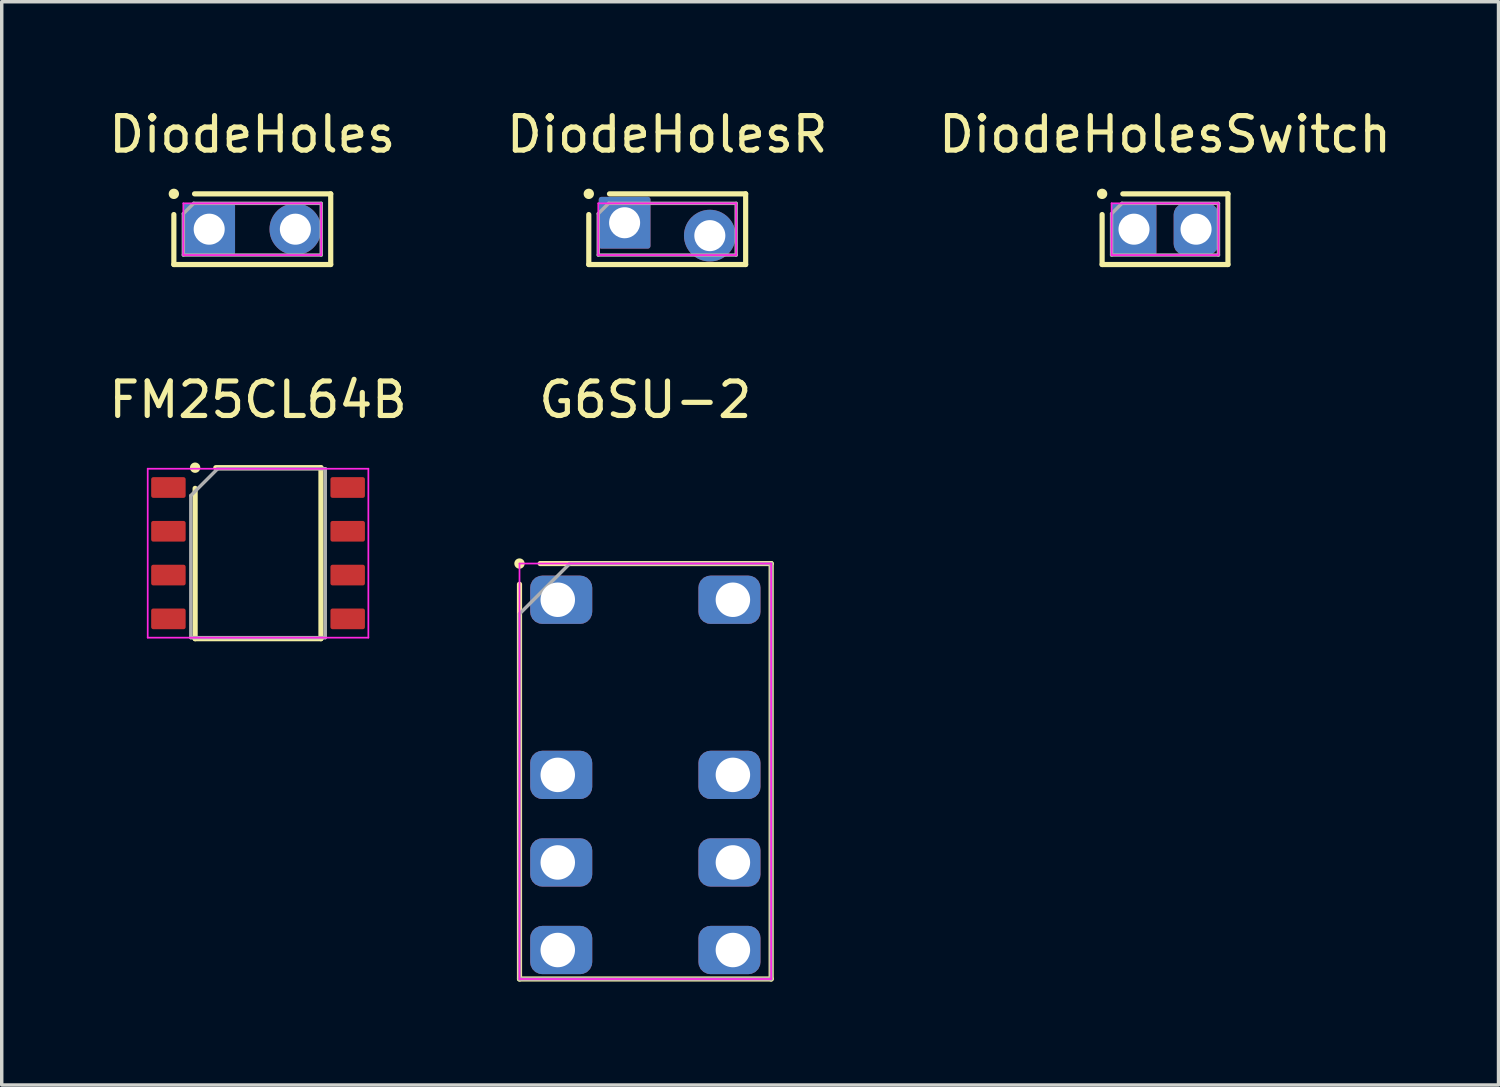
<source format=kicad_pcb>
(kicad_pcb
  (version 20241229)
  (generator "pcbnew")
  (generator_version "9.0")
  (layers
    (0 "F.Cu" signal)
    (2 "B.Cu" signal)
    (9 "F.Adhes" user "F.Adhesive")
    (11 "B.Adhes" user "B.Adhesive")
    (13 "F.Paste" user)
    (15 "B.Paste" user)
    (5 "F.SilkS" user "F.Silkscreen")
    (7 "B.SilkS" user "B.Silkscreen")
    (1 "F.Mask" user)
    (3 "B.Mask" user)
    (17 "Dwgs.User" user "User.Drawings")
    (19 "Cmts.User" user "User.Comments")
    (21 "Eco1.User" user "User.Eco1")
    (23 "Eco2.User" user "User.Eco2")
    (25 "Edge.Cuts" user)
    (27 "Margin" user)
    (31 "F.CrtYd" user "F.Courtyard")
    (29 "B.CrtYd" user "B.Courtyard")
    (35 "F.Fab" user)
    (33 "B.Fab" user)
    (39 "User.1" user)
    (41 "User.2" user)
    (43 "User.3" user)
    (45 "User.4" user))
  (footprint "DiodeHolesR"
    (layer "F.Cu")
    (at 16.304 3.598)
    (property "Reference" "DiodeHolesR" (at 0 -2.75 0) (layer "F.SilkS") (effects (font (size 1 1) (thickness 0.15))))
    (attr through_hole)
    (fp_line (start -2.275 -1.025) (end -2.275 -1.025) (stroke (width 0.3) (type solid)) (layer "F.SilkS"))
    (fp_line (start -2.275 1.025) (end -2.275 -0.425) (stroke (width 0.15) (type solid)) (layer "F.SilkS"))
    (fp_line (start -1.675 -1.025) (end 2.275 -1.025) (stroke (width 0.15) (type solid)) (layer "F.SilkS"))
    (fp_line (start 2.275 -1.025) (end 2.275 1.025) (stroke (width 0.15) (type solid)) (layer "F.SilkS"))
    (fp_line (start 2.275 1.025) (end -2.275 1.025) (stroke (width 0.15) (type solid)) (layer "F.SilkS"))
    (fp_line (start -2 -0.75) (end 2 -0.75) (stroke (width 0.05) (type solid)) (layer "F.CrtYd"))
    (fp_line (start -2 0.75) (end -2 -0.75) (stroke (width 0.05) (type solid)) (layer "F.CrtYd"))
    (fp_line (start 2 -0.75) (end 2 0.75) (stroke (width 0.05) (type solid)) (layer "F.CrtYd"))
    (fp_line (start 2 0.75) (end -2 0.75) (stroke (width 0.05) (type solid)) (layer "F.CrtYd"))
    (fp_line (start -2 -0.45) (end -1.7 -0.75) (stroke (width 0.1) (type solid)) (layer "F.Fab"))
    (fp_line (start -2 0.75) (end -2 -0.45) (stroke (width 0.1) (type solid)) (layer "F.Fab"))
    (fp_line (start -1.7 -0.75) (end 2 -0.75) (stroke (width 0.1) (type solid)) (layer "F.Fab"))
    (fp_line (start 2 -0.75) (end 2 0.75) (stroke (width 0.1) (type solid)) (layer "F.Fab"))
    (fp_line (start 2 0.75) (end -2 0.75) (stroke (width 0.1) (type solid)) (layer "F.Fab"))
    (pad "1" thru_hole roundrect (at -1.236 -0.187) (size 1.5 1.5) (drill 0.9) (layers "*.Cu" "*.Mask") (roundrect_rratio 0.05))
    (pad "2" thru_hole circle (at 1.236 0.187) (size 1.5 1.5) (drill 0.9) (layers "*.Cu" "*.Mask")))
  (footprint "DiodeHolesSwitch"
    (layer "F.Cu")
    (at 30.744 3.598)
    (property "Reference" "DiodeHolesSwitch" (at 0 -2.75 0) (layer "F.SilkS") (effects (font (size 1 1) (thickness 0.15))))
    (attr through_hole)
    (fp_line (start -1.825 -1.025) (end -1.825 -1.025) (stroke (width 0.3) (type solid)) (layer "F.SilkS"))
    (fp_line (start -1.825 1.025) (end -1.825 -0.425) (stroke (width 0.15) (type solid)) (layer "F.SilkS"))
    (fp_line (start -1.225 -1.025) (end 1.825 -1.025) (stroke (width 0.15) (type solid)) (layer "F.SilkS"))
    (fp_line (start 1.825 -1.025) (end 1.825 1.025) (stroke (width 0.15) (type solid)) (layer "F.SilkS"))
    (fp_line (start 1.825 1.025) (end -1.825 1.025) (stroke (width 0.15) (type solid)) (layer "F.SilkS"))
    (fp_line (start -1.55 -0.75) (end 1.55 -0.75) (stroke (width 0.05) (type solid)) (layer "F.CrtYd"))
    (fp_line (start -1.55 0.75) (end -1.55 -0.75) (stroke (width 0.05) (type solid)) (layer "F.CrtYd"))
    (fp_line (start 1.55 -0.75) (end 1.55 0.75) (stroke (width 0.05) (type solid)) (layer "F.CrtYd"))
    (fp_line (start 1.55 0.75) (end -1.55 0.75) (stroke (width 0.05) (type solid)) (layer "F.CrtYd"))
    (fp_line (start -1.55 -0.45) (end -1.25 -0.75) (stroke (width 0.1) (type solid)) (layer "F.Fab"))
    (fp_line (start -1.55 0.75) (end -1.55 -0.45) (stroke (width 0.1) (type solid)) (layer "F.Fab"))
    (fp_line (start -1.25 -0.75) (end 1.55 -0.75) (stroke (width 0.1) (type solid)) (layer "F.Fab"))
    (fp_line (start 1.55 -0.75) (end 1.55 0.75) (stroke (width 0.1) (type solid)) (layer "F.Fab"))
    (fp_line (start 1.55 0.75) (end -1.55 0.75) (stroke (width 0.1) (type solid)) (layer "F.Fab"))
    (pad "1" thru_hole roundrect (at -0.9 0) (size 1.3 1.5) (drill 0.9) (layers "*.Cu" "*.Mask") (roundrect_rratio 0.05))
    (pad "2" thru_hole roundrect (at 0.9 0) (size 1.3 1.5) (drill 0.9) (layers "*.Cu" "*.Mask") (roundrect_rratio 0.25)))
  (footprint "FM25CL64B"
    (layer "F.Cu")
    (at 4.435 12.996)
    (property "Reference" "FM25CL64B" (at 0 -4.45 0) (layer "F.SilkS") (effects (font (size 1 1) (thickness 0.15))))
    (attr through_hole)
    (fp_line (start -1.825 -2.48) (end -1.825 -2.48) (stroke (width 0.3) (type solid)) (layer "F.SilkS"))
    (fp_line (start -1.825 2.48) (end -1.825 -1.88) (stroke (width 0.15) (type solid)) (layer "F.SilkS"))
    (fp_line (start -1.225 -2.48) (end 1.825 -2.48) (stroke (width 0.15) (type solid)) (layer "F.SilkS"))
    (fp_line (start 1.825 -2.48) (end 1.825 2.48) (stroke (width 0.15) (type solid)) (layer "F.SilkS"))
    (fp_line (start 1.825 2.48) (end -1.825 2.48) (stroke (width 0.15) (type solid)) (layer "F.SilkS"))
    (fp_line (start -3.2 -2.45) (end 3.2 -2.45) (stroke (width 0.05) (type solid)) (layer "F.CrtYd"))
    (fp_line (start -3.2 2.45) (end -3.2 -2.45) (stroke (width 0.05) (type solid)) (layer "F.CrtYd"))
    (fp_line (start 3.2 -2.45) (end 3.2 2.45) (stroke (width 0.05) (type solid)) (layer "F.CrtYd"))
    (fp_line (start 3.2 2.45) (end -3.2 2.45) (stroke (width 0.05) (type solid)) (layer "F.CrtYd"))
    (fp_line (start -1.95 -1.67) (end -1.17 -2.45) (stroke (width 0.1) (type solid)) (layer "F.Fab"))
    (fp_line (start -1.95 2.45) (end -1.95 -1.67) (stroke (width 0.1) (type solid)) (layer "F.Fab"))
    (fp_line (start -1.17 -2.45) (end 1.95 -2.45) (stroke (width 0.1) (type solid)) (layer "F.Fab"))
    (fp_line (start 1.95 -2.45) (end 1.95 2.45) (stroke (width 0.1) (type solid)) (layer "F.Fab"))
    (fp_line (start 1.95 2.45) (end -1.95 2.45) (stroke (width 0.1) (type solid)) (layer "F.Fab"))
    (pad "1" smd roundrect (at -2.6 -1.905) (size 1 0.6) (layers "F.Cu" "F.Mask" "F.Paste") (roundrect_rratio 0.1))
    (pad "2" smd roundrect (at -2.6 -0.635) (size 1 0.6) (layers "F.Cu" "F.Mask" "F.Paste") (roundrect_rratio 0.1))
    (pad "3" smd roundrect (at -2.6 0.635) (size 1 0.6) (layers "F.Cu" "F.Mask" "F.Paste") (roundrect_rratio 0.1))
    (pad "4" smd roundrect (at -2.6 1.905) (size 1 0.6) (layers "F.Cu" "F.Mask" "F.Paste") (roundrect_rratio 0.1))
    (pad "5" smd roundrect (at 2.6 1.905) (size 1 0.6) (layers "F.Cu" "F.Mask" "F.Paste") (roundrect_rratio 0.1))
    (pad "6" smd roundrect (at 2.6 0.635) (size 1 0.6) (layers "F.Cu" "F.Mask" "F.Paste") (roundrect_rratio 0.1))
    (pad "7" smd roundrect (at 2.6 -0.635) (size 1 0.6) (layers "F.Cu" "F.Mask" "F.Paste") (roundrect_rratio 0.1))
    (pad "8" smd roundrect (at 2.6 -1.905) (size 1 0.6) (layers "F.Cu" "F.Mask" "F.Paste") (roundrect_rratio 0.1)))
  (footprint "DiodeHoles"
    (layer "F.Cu")
    (at 4.268 3.598)
    (property "Reference" "DiodeHoles" (at 0 -2.75 0) (layer "F.SilkS") (effects (font (size 1 1) (thickness 0.15))))
    (attr through_hole)
    (fp_line (start -2.275 -1.025) (end -2.275 -1.025) (stroke (width 0.3) (type solid)) (layer "F.SilkS"))
    (fp_line (start -2.275 1.025) (end -2.275 -0.425) (stroke (width 0.15) (type solid)) (layer "F.SilkS"))
    (fp_line (start -1.675 -1.025) (end 2.275 -1.025) (stroke (width 0.15) (type solid)) (layer "F.SilkS"))
    (fp_line (start 2.275 -1.025) (end 2.275 1.025) (stroke (width 0.15) (type solid)) (layer "F.SilkS"))
    (fp_line (start 2.275 1.025) (end -2.275 1.025) (stroke (width 0.15) (type solid)) (layer "F.SilkS"))
    (fp_line (start -2 -0.75) (end 2 -0.75) (stroke (width 0.05) (type solid)) (layer "F.CrtYd"))
    (fp_line (start -2 0.75) (end -2 -0.75) (stroke (width 0.05) (type solid)) (layer "F.CrtYd"))
    (fp_line (start 2 -0.75) (end 2 0.75) (stroke (width 0.05) (type solid)) (layer "F.CrtYd"))
    (fp_line (start 2 0.75) (end -2 0.75) (stroke (width 0.05) (type solid)) (layer "F.CrtYd"))
    (fp_line (start -2 -0.45) (end -1.7 -0.75) (stroke (width 0.1) (type solid)) (layer "F.Fab"))
    (fp_line (start -2 0.75) (end -2 -0.45) (stroke (width 0.1) (type solid)) (layer "F.Fab"))
    (fp_line (start -1.7 -0.75) (end 2 -0.75) (stroke (width 0.1) (type solid)) (layer "F.Fab"))
    (fp_line (start 2 -0.75) (end 2 0.75) (stroke (width 0.1) (type solid)) (layer "F.Fab"))
    (fp_line (start 2 0.75) (end -2 0.75) (stroke (width 0.1) (type solid)) (layer "F.Fab"))
    (pad "1" thru_hole roundrect (at -1.25 0) (size 1.5 1.5) (drill 0.9) (layers "*.Cu" "*.Mask") (roundrect_rratio 0.05))
    (pad "2" thru_hole circle (at 1.25 0) (size 1.5 1.5) (drill 0.9) (layers "*.Cu" "*.Mask")))
  (footprint "G6SU-2"
    (layer "F.Cu")
    (at 15.669 14.347)
    (property "Reference" "G6SU-2" (at 0 -5.8 0) (layer "F.SilkS") (effects (font (size 1 1) (thickness 0.15))))
    (attr through_hole)
    (fp_line (start -3.65 -1.05) (end -3.65 -1.05) (stroke (width 0.3) (type solid)) (layer "F.SilkS"))
    (fp_line (start -3.65 11) (end -3.65 -0.45) (stroke (width 0.15) (type solid)) (layer "F.SilkS"))
    (fp_line (start -3.05 -1.05) (end 3.65 -1.05) (stroke (width 0.15) (type solid)) (layer "F.SilkS"))
    (fp_line (start 3.65 -1.05) (end 3.65 11) (stroke (width 0.15) (type solid)) (layer "F.SilkS"))
    (fp_line (start 3.65 11) (end -3.65 11) (stroke (width 0.15) (type solid)) (layer "F.SilkS"))
    (fp_line (start -3.65 -1.05) (end 3.65 -1.05) (stroke (width 0.05) (type solid)) (layer "F.CrtYd"))
    (fp_line (start -3.65 11) (end -3.65 -1.05) (stroke (width 0.05) (type solid)) (layer "F.CrtYd"))
    (fp_line (start 3.65 -1.05) (end 3.65 11) (stroke (width 0.05) (type solid)) (layer "F.CrtYd"))
    (fp_line (start 3.65 11) (end -3.65 11) (stroke (width 0.05) (type solid)) (layer "F.CrtYd"))
    (fp_line (start -3.65 0.41) (end -2.19 -1.05) (stroke (width 0.1) (type solid)) (layer "F.Fab"))
    (fp_line (start -3.65 11) (end -3.65 0.41) (stroke (width 0.1) (type solid)) (layer "F.Fab"))
    (fp_line (start -2.19 -1.05) (end 3.65 -1.05) (stroke (width 0.1) (type solid)) (layer "F.Fab"))
    (fp_line (start 3.65 -1.05) (end 3.65 11) (stroke (width 0.1) (type solid)) (layer "F.Fab"))
    (fp_line (start 3.65 11) (end -3.65 11) (stroke (width 0.1) (type solid)) (layer "F.Fab"))
    (pad "1" thru_hole roundrect (at -2.54 0) (size 1.8 1.4) (drill 1 (offset 0.1 0)) (layers "*.Cu" "*.Mask") (roundrect_rratio 0.25))
    (pad "3" thru_hole roundrect (at -2.54 5.08) (size 1.8 1.4) (drill 1 (offset 0.1 0)) (layers "*.Cu" "*.Mask") (roundrect_rratio 0.25))
    (pad "4" thru_hole roundrect (at -2.54 7.62) (size 1.8 1.4) (drill 1 (offset 0.1 0)) (layers "*.Cu" "*.Mask") (roundrect_rratio 0.25))
    (pad "5" thru_hole roundrect (at -2.54 10.16) (size 1.8 1.4) (drill 1 (offset 0.1 0)) (layers "*.Cu" "*.Mask") (roundrect_rratio 0.25))
    (pad "8" thru_hole roundrect (at 2.54 10.16) (size 1.8 1.4) (drill 1 (offset -0.1 0)) (layers "*.Cu" "*.Mask") (roundrect_rratio 0.25))
    (pad "9" thru_hole roundrect (at 2.54 7.62) (size 1.8 1.4) (drill 1 (offset -0.1 0)) (layers "*.Cu" "*.Mask") (roundrect_rratio 0.25))
    (pad "10" thru_hole roundrect (at 2.54 5.08) (size 1.8 1.4) (drill 1 (offset -0.1 0)) (layers "*.Cu" "*.Mask") (roundrect_rratio 0.25))
    (pad "12" thru_hole roundrect (at 2.54 0) (size 1.8 1.4) (drill 1 (offset -0.1 0)) (layers "*.Cu" "*.Mask") (roundrect_rratio 0.25)))
  (gr_rect
    (start -3 -3)
    (end 40.417 28.422)
    (stroke (width 0.1) (type default))
    (fill no)
    (layer "Edge.Cuts")))
</source>
